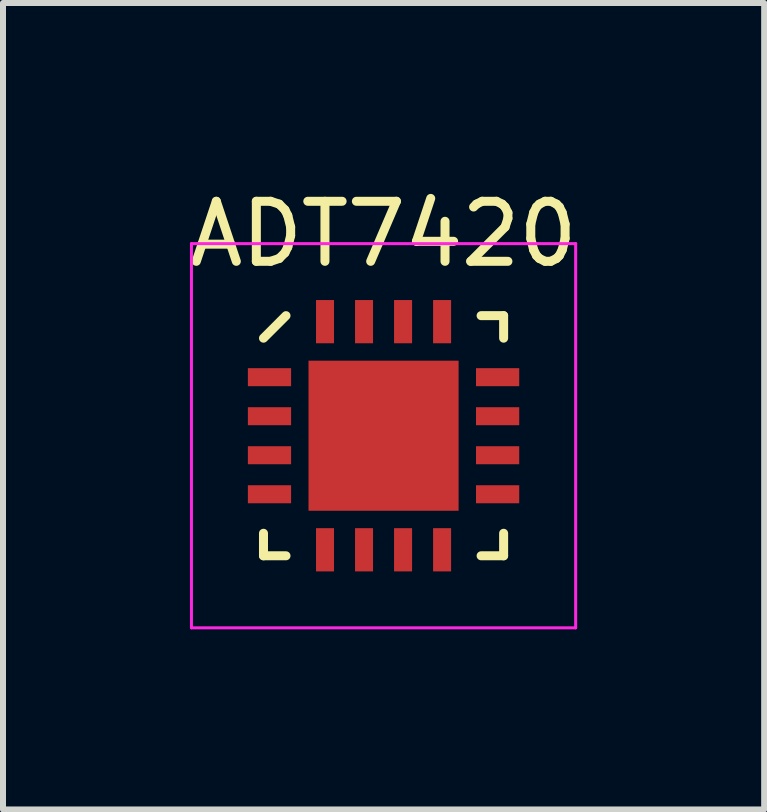
<source format=kicad_pcb>
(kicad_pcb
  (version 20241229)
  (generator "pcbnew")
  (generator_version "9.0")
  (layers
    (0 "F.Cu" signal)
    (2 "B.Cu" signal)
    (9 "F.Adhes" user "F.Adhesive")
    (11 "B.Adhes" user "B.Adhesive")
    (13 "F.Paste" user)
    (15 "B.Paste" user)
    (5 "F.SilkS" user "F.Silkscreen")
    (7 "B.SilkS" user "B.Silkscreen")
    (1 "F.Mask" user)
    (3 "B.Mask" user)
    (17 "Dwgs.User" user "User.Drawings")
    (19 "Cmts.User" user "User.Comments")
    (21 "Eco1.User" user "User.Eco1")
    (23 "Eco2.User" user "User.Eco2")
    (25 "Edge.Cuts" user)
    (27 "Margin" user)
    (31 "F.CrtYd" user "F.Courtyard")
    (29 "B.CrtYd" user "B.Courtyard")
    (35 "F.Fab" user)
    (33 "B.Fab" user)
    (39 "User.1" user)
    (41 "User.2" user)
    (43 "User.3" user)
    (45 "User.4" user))
  (footprint "ADT7420"
    (layer "F.Cu")
    (at 3.339 4.208)
    (property "Reference" "ADT7420" (at 0 -3.36 0) (layer "F.SilkS") (effects (font (size 1 1) (thickness 0.15))))
    (attr smd)
    (fp_line (start -2 -1.625) (end -1.625 -2) (stroke (width 0.15) (type solid)) (layer "F.SilkS"))
    (fp_line (start -2 2) (end -2 1.625) (stroke (width 0.15) (type solid)) (layer "F.SilkS"))
    (fp_line (start -1.625 2) (end -2 2) (stroke (width 0.15) (type solid)) (layer "F.SilkS"))
    (fp_line (start 1.625 -2) (end 2 -2) (stroke (width 0.15) (type solid)) (layer "F.SilkS"))
    (fp_line (start 1.625 2) (end 2 2) (stroke (width 0.15) (type solid)) (layer "F.SilkS"))
    (fp_line (start 2 -2) (end 2 -1.625) (stroke (width 0.15) (type solid)) (layer "F.SilkS"))
    (fp_line (start 2 2) (end 2 1.625) (stroke (width 0.15) (type solid)) (layer "F.SilkS"))
    (fp_line (start -3.2 -3.2) (end 3.2 -3.2) (stroke (width 0.05) (type solid)) (layer "F.CrtYd"))
    (fp_line (start -3.2 3.2) (end -3.2 -3.2) (stroke (width 0.05) (type solid)) (layer "F.CrtYd"))
    (fp_line (start 3.2 -3.2) (end 3.2 3.2) (stroke (width 0.05) (type solid)) (layer "F.CrtYd"))
    (fp_line (start 3.2 3.2) (end -3.2 3.2) (stroke (width 0.05) (type solid)) (layer "F.CrtYd"))
    (pad "1" smd rect (at -1.9 -0.975 90) (size 0.3 0.72) (layers "F.Cu" "F.Mask" "F.Paste"))
    (pad "2" smd rect (at -1.9 -0.325 90) (size 0.3 0.72) (layers "F.Cu" "F.Mask" "F.Paste"))
    (pad "3" smd rect (at -1.9 0.325 90) (size 0.3 0.72) (layers "F.Cu" "F.Mask" "F.Paste"))
    (pad "4" smd rect (at -1.9 0.975 90) (size 0.3 0.72) (layers "F.Cu" "F.Mask" "F.Paste"))
    (pad "5" smd rect (at -0.975 1.9) (size 0.3 0.72) (layers "F.Cu" "F.Mask" "F.Paste"))
    (pad "6" smd rect (at -0.325 1.9) (size 0.3 0.72) (layers "F.Cu" "F.Mask" "F.Paste"))
    (pad "7" smd rect (at 0.325 1.9) (size 0.3 0.72) (layers "F.Cu" "F.Mask" "F.Paste"))
    (pad "8" smd rect (at 0.975 1.9) (size 0.3 0.72) (layers "F.Cu" "F.Mask" "F.Paste"))
    (pad "9" smd rect (at 1.9 0.975 90) (size 0.3 0.72) (layers "F.Cu" "F.Mask" "F.Paste"))
    (pad "10" smd rect (at 1.9 0.325 90) (size 0.3 0.72) (layers "F.Cu" "F.Mask" "F.Paste"))
    (pad "11" smd rect (at 1.9 -0.325 90) (size 0.3 0.72) (layers "F.Cu" "F.Mask" "F.Paste"))
    (pad "12" smd rect (at 1.9 -0.975 90) (size 0.3 0.72) (layers "F.Cu" "F.Mask" "F.Paste"))
    (pad "13" smd rect (at 0.975 -1.9) (size 0.3 0.72) (layers "F.Cu" "F.Mask" "F.Paste"))
    (pad "14" smd rect (at 0.325 -1.9) (size 0.3 0.72) (layers "F.Cu" "F.Mask" "F.Paste"))
    (pad "15" smd rect (at -0.325 -1.9) (size 0.3 0.72) (layers "F.Cu" "F.Mask" "F.Paste"))
    (pad "16" smd rect (at -0.975 -1.9) (size 0.3 0.72) (layers "F.Cu" "F.Mask" "F.Paste"))
    (pad "17" smd rect (at 0 0) (size 2.5 2.5) (layers "F.Cu" "F.Mask" "F.Paste")))
  (gr_rect
    (start -3 -3)
    (end 9.679 10.433)
    (stroke (width 0.1) (type default))
    (fill no)
    (layer "Edge.Cuts")))
</source>
